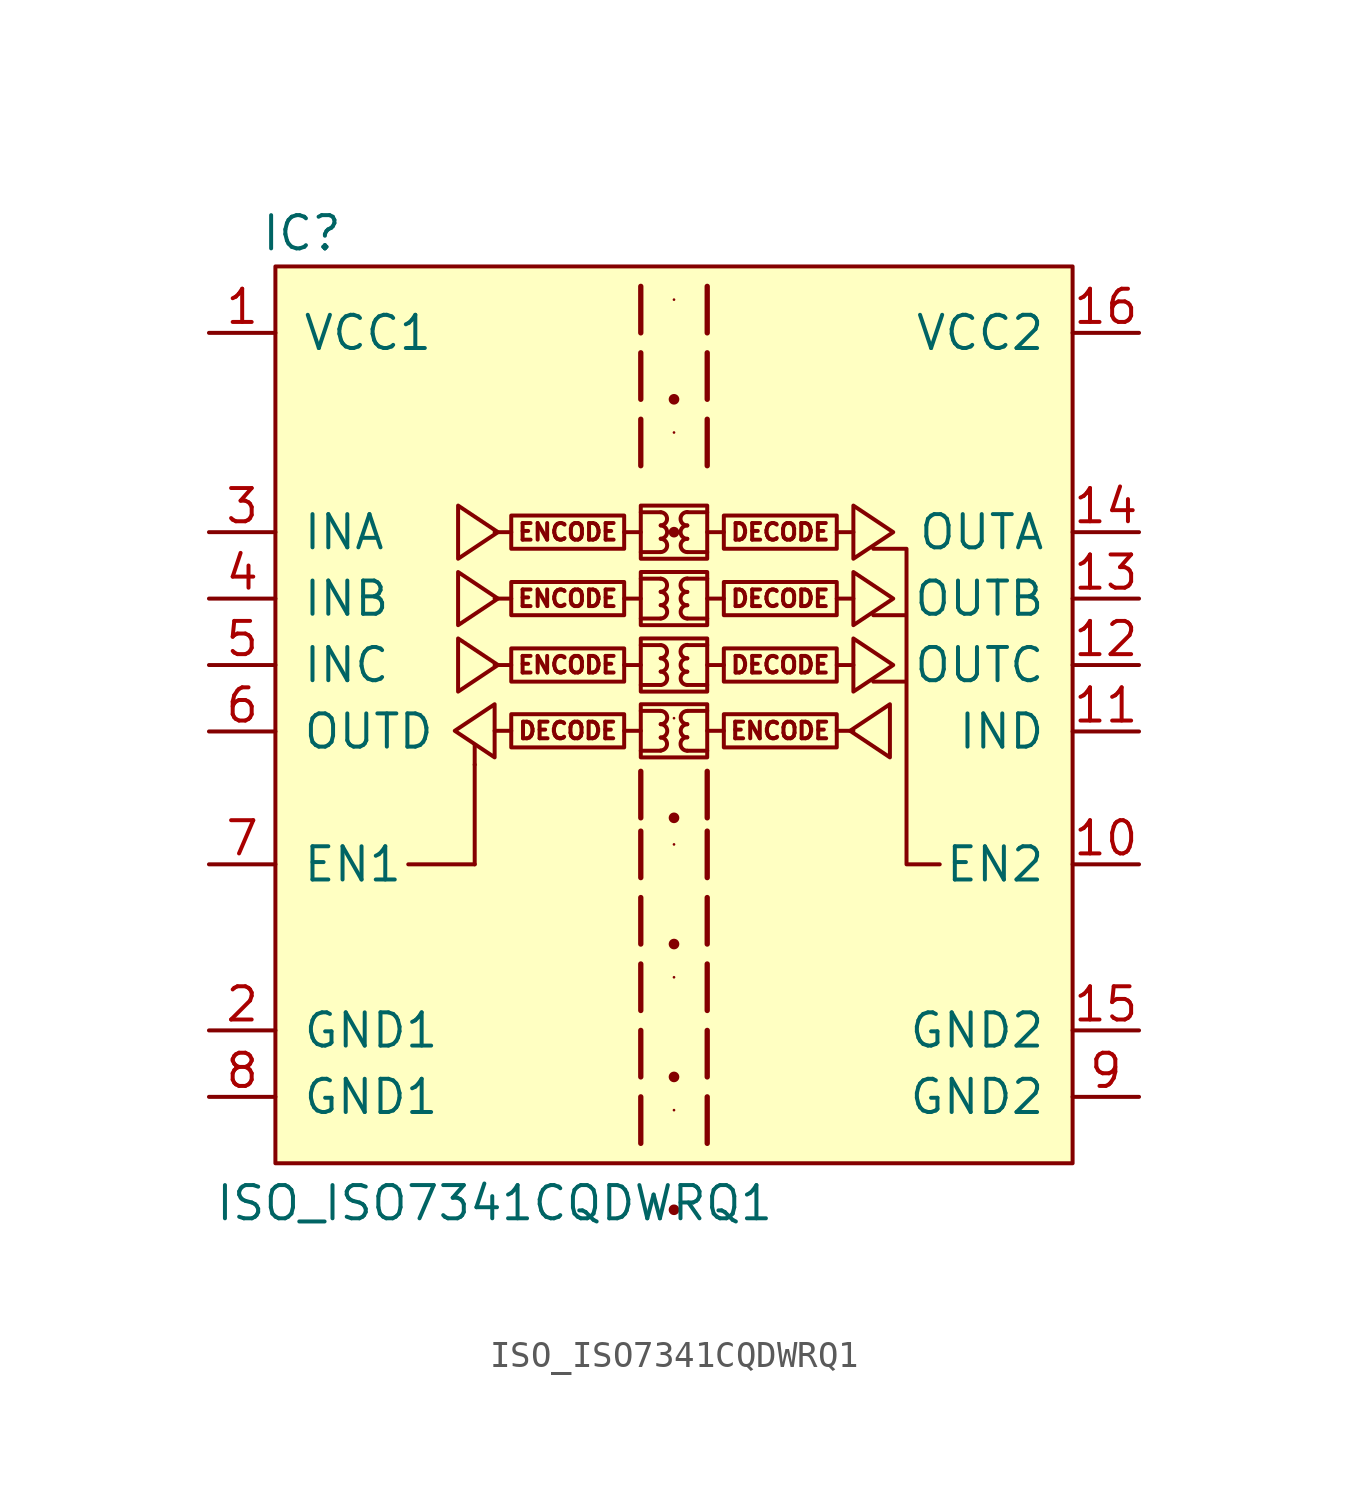
<source format=kicad_sym>
(kicad_symbol_lib
  (version 20211014)
  (generator kicad_symbol_editor)
  (symbol "ISO_ISO7341CQDWRQ1"
    (pin_names
      (offset 1.016))
    (property "Reference" "IC"
      (at -14.224 15.24 0)
      (effects (font (size 1.27 1.27))))
    (property "Value" "ISO_ISO7341CQDWRQ1"
      (at -6.858 -21.844 0)
      (effects (font (size 1.27 1.27))))
    (symbol "ISO_ISO7341CQDWRQ1_0_1"
      (rectangle (start -15.24 13.97) (end 15.24 -20.32) (stroke (width 0) (type default) (color 0 0 0 0)) (fill (type background)))
      (rectangle (start -10.16 -8.89) (end -7.62 -8.89) (stroke (width 0) (type default) (color 0 0 0 0)) (fill (type none)))
      (rectangle (start -7.62 -8.89) (end -7.62 -5.08) (stroke (width 0) (type default) (color 0 0 0 0)) (fill (type none)))
      (rectangle (start -7.62 -5.08) (end -7.62 -4.318) (stroke (width 0) (type default) (color 0 0 0 0)) (fill (type none)))
      (polyline (pts (xy 10.16 -8.89) (xy 8.89 -8.89) (xy 8.89 -1.905) (xy 7.62 -1.905) (xy 8.89 -1.905) (xy 8.89 0.635) (xy 7.62 0.635) (xy 8.89 0.635) (xy 8.89 3.175) (xy 7.62 3.175)) (stroke (width 0) (type default) (color 0 0 0 0)) (fill (type none))))
    (symbol "ISO_ISO7341CQDWRQ1_1_1"
      (rectangle (start -1.905 -3.15) (end -6.223 -4.42) (stroke (width 0) (type default) (color 0 0 0 0)) (fill (type none)))
      (rectangle (start -1.905 -0.635) (end -6.223 -1.905) (stroke (width 0) (type default) (color 0 0 0 0)) (fill (type none)))
      (rectangle (start -1.905 1.905) (end -6.223 0.635) (stroke (width 0) (type default) (color 0 0 0 0)) (fill (type none)))
      (rectangle (start -1.905 4.445) (end -6.223 3.175) (stroke (width 0) (type default) (color 0 0 0 0)) (fill (type none)))
      (rectangle (start -1.27 -0.254) (end 1.27 -2.286) (stroke (width 0) (type default) (color 0 0 0 0)) (fill (type none)))
      (rectangle (start -1.27 2.286) (end 1.27 0.254) (stroke (width 0) (type default) (color 0 0 0 0)) (fill (type none)))
      (rectangle (start -1.27 4.826) (end 1.27 2.794) (stroke (width 0) (type default) (color 0 0 0 0)) (fill (type none)))
      (arc (start -0.508 -4.5466) (mid -0.254 -4.2926) (end -0.508 -4.0386) (stroke (width 0) (type default) (color 0 0 0 0)) (fill (type none)))
      (arc (start -0.508 -4.0386) (mid -0.254 -3.7846) (end -0.508 -3.5306) (stroke (width 0) (type default) (color 0 0 0 0)) (fill (type none)))
      (arc (start -0.508 -3.5306) (mid -0.254 -3.2766) (end -0.508 -3.0226) (stroke (width 0) (type default) (color 0 0 0 0)) (fill (type none)))
      (arc (start -0.508 -2.032) (mid -0.254 -1.778) (end -0.508 -1.524) (stroke (width 0) (type default) (color 0 0 0 0)) (fill (type none)))
      (arc (start -0.508 -1.524) (mid -0.254 -1.27) (end -0.508 -1.016) (stroke (width 0) (type default) (color 0 0 0 0)) (fill (type none)))
      (arc (start -0.508 -1.016) (mid -0.254 -0.762) (end -0.508 -0.508) (stroke (width 0) (type default) (color 0 0 0 0)) (fill (type none)))
      (arc (start -0.508 0.508) (mid -0.254 0.762) (end -0.508 1.016) (stroke (width 0) (type default) (color 0 0 0 0)) (fill (type none)))
      (arc (start -0.508 1.016) (mid -0.254 1.27) (end -0.508 1.524) (stroke (width 0) (type default) (color 0 0 0 0)) (fill (type none)))
      (arc (start -0.508 1.524) (mid -0.254 1.778) (end -0.508 2.032) (stroke (width 0) (type default) (color 0 0 0 0)) (fill (type none)))
      (arc (start -0.508 3.048) (mid -0.254 3.302) (end -0.508 3.556) (stroke (width 0) (type default) (color 0 0 0 0)) (fill (type none)))
      (arc (start -0.508 3.556) (mid -0.254 3.81) (end -0.508 4.064) (stroke (width 0) (type default) (color 0 0 0 0)) (fill (type none)))
      (arc (start -0.508 4.064) (mid -0.254 4.318) (end -0.508 4.572) (stroke (width 0) (type default) (color 0 0 0 0)) (fill (type none)))
      (polyline (pts (xy -6.223 -3.785) (xy -6.858 -3.785)) (stroke (width 0) (type default) (color 0 0 0 0)) (fill (type none)))
      (polyline (pts (xy -6.223 -1.27) (xy -6.858 -1.27)) (stroke (width 0) (type default) (color 0 0 0 0)) (fill (type none)))
      (polyline (pts (xy -6.223 1.27) (xy -6.858 1.27)) (stroke (width 0) (type default) (color 0 0 0 0)) (fill (type none)))
      (polyline (pts (xy -6.223 3.81) (xy -6.858 3.81)) (stroke (width 0) (type default) (color 0 0 0 0)) (fill (type none)))
      (polyline (pts (xy -1.905 -3.785) (xy -1.27 -3.785)) (stroke (width 0) (type default) (color 0 0 0 0)) (fill (type none)))
      (polyline (pts (xy -1.905 -1.27) (xy -1.27 -1.27)) (stroke (width 0) (type default) (color 0 0 0 0)) (fill (type none)))
      (polyline (pts (xy -1.905 1.27) (xy -1.27 1.27)) (stroke (width 0) (type default) (color 0 0 0 0)) (fill (type none)))
      (polyline (pts (xy -1.905 3.81) (xy -1.27 3.81)) (stroke (width 0) (type default) (color 0 0 0 0)) (fill (type none)))
      (polyline (pts (xy -1.27 -4.547) (xy -0.508 -4.547)) (stroke (width 0) (type default) (color 0 0 0 0)) (fill (type none)))
      (polyline (pts (xy -1.27 -3.023) (xy -0.508 -3.023)) (stroke (width 0) (type default) (color 0 0 0 0)) (fill (type none)))
      (polyline (pts (xy -1.27 -2.032) (xy -0.508 -2.032)) (stroke (width 0) (type default) (color 0 0 0 0)) (fill (type none)))
      (polyline (pts (xy -1.27 -0.508) (xy -0.508 -0.508)) (stroke (width 0) (type default) (color 0 0 0 0)) (fill (type none)))
      (polyline (pts (xy -1.27 0.508) (xy -0.508 0.508)) (stroke (width 0) (type default) (color 0 0 0 0)) (fill (type none)))
      (polyline (pts (xy -1.27 2.032) (xy -0.508 2.032)) (stroke (width 0) (type default) (color 0 0 0 0)) (fill (type none)))
      (polyline (pts (xy -1.27 3.048) (xy -0.508 3.048)) (stroke (width 0) (type default) (color 0 0 0 0)) (fill (type none)))
      (polyline (pts (xy -1.27 4.572) (xy -0.508 4.572)) (stroke (width 0) (type default) (color 0 0 0 0)) (fill (type none)))
      (polyline (pts (xy 0 -22.098) (xy 0 -22.098)) (stroke (width 0.406) (type default) (color 0 0 0 0)) (fill (type none)))
      (polyline (pts (xy 0 -18.288) (xy 0 -18.288)) (stroke (width 0.102) (type default) (color 0 0 0 0)) (fill (type none)))
      (polyline (pts (xy 0 -17.018) (xy 0 -17.018)) (stroke (width 0.406) (type default) (color 0 0 0 0)) (fill (type none)))
      (polyline (pts (xy 0 -13.208) (xy 0 -13.208)) (stroke (width 0.102) (type default) (color 0 0 0 0)) (fill (type none)))
      (polyline (pts (xy 0 -11.938) (xy 0 -11.938)) (stroke (width 0.406) (type default) (color 0 0 0 0)) (fill (type none)))
      (polyline (pts (xy 0 -8.128) (xy 0 -8.128)) (stroke (width 0.102) (type default) (color 0 0 0 0)) (fill (type none)))
      (polyline (pts (xy 0 -7.112) (xy 0 -7.112)) (stroke (width 0.406) (type default) (color 0 0 0 0)) (fill (type none)))
      (polyline (pts (xy 0 -3.302) (xy 0 -3.302)) (stroke (width 0.102) (type default) (color 0 0 0 0)) (fill (type none)))
      (polyline (pts (xy 0 3.81) (xy 0 3.81)) (stroke (width 0.406) (type default) (color 0 0 0 0)) (fill (type none)))
      (polyline (pts (xy 0 7.62) (xy 0 7.62)) (stroke (width 0.102) (type default) (color 0 0 0 0)) (fill (type none)))
      (polyline (pts (xy 0 8.89) (xy 0 8.89)) (stroke (width 0.406) (type default) (color 0 0 0 0)) (fill (type none)))
      (polyline (pts (xy 0 12.7) (xy 0 12.7)) (stroke (width 0.102) (type default) (color 0 0 0 0)) (fill (type none)))
      (polyline (pts (xy 1.27 -4.547) (xy 0.508 -4.547)) (stroke (width 0) (type default) (color 0 0 0 0)) (fill (type none)))
      (polyline (pts (xy 1.27 -3.023) (xy 0.508 -3.023)) (stroke (width 0) (type default) (color 0 0 0 0)) (fill (type none)))
      (polyline (pts (xy 1.27 -2.032) (xy 0.508 -2.032)) (stroke (width 0) (type default) (color 0 0 0 0)) (fill (type none)))
      (polyline (pts (xy 1.27 -0.508) (xy 0.508 -0.508)) (stroke (width 0) (type default) (color 0 0 0 0)) (fill (type none)))
      (polyline (pts (xy 1.27 0.508) (xy 0.508 0.508)) (stroke (width 0) (type default) (color 0 0 0 0)) (fill (type none)))
      (polyline (pts (xy 1.27 2.032) (xy 0.508 2.032)) (stroke (width 0) (type default) (color 0 0 0 0)) (fill (type none)))
      (polyline (pts (xy 1.27 3.048) (xy 0.508 3.048)) (stroke (width 0) (type default) (color 0 0 0 0)) (fill (type none)))
      (polyline (pts (xy 1.27 4.572) (xy 0.508 4.572)) (stroke (width 0) (type default) (color 0 0 0 0)) (fill (type none)))
      (polyline (pts (xy 1.905 -3.785) (xy 1.27 -3.785)) (stroke (width 0) (type default) (color 0 0 0 0)) (fill (type none)))
      (polyline (pts (xy 1.905 -1.27) (xy 1.27 -1.27)) (stroke (width 0) (type default) (color 0 0 0 0)) (fill (type none)))
      (polyline (pts (xy 1.905 1.27) (xy 1.27 1.27)) (stroke (width 0) (type default) (color 0 0 0 0)) (fill (type none)))
      (polyline (pts (xy 1.905 3.81) (xy 1.27 3.81)) (stroke (width 0) (type default) (color 0 0 0 0)) (fill (type none)))
      (polyline (pts (xy 6.223 -3.785) (xy 6.858 -3.785)) (stroke (width 0) (type default) (color 0 0 0 0)) (fill (type none)))
      (polyline (pts (xy 6.223 -1.27) (xy 6.858 -1.27)) (stroke (width 0) (type default) (color 0 0 0 0)) (fill (type none)))
      (polyline (pts (xy 6.223 1.27) (xy 6.858 1.27)) (stroke (width 0) (type default) (color 0 0 0 0)) (fill (type none)))
      (polyline (pts (xy 6.223 3.81) (xy 6.858 3.81)) (stroke (width 0) (type default) (color 0 0 0 0)) (fill (type none)))
      (polyline (pts (xy -1.27 -17.78) (xy -1.27 -19.304) (xy -1.27 -19.558)) (stroke (width 0.203) (type default) (color 0 0 0 0)) (fill (type none)))
      (polyline (pts (xy -1.27 -15.24) (xy -1.27 -16.764) (xy -1.27 -17.018)) (stroke (width 0.203) (type default) (color 0 0 0 0)) (fill (type none)))
      (polyline (pts (xy -1.27 -12.7) (xy -1.27 -14.224) (xy -1.27 -14.478)) (stroke (width 0.203) (type default) (color 0 0 0 0)) (fill (type none)))
      (polyline (pts (xy -1.27 -10.16) (xy -1.27 -11.684) (xy -1.27 -11.938)) (stroke (width 0.203) (type default) (color 0 0 0 0)) (fill (type none)))
      (polyline (pts (xy -1.27 -7.62) (xy -1.27 -9.144) (xy -1.27 -9.398)) (stroke (width 0.203) (type default) (color 0 0 0 0)) (fill (type none)))
      (polyline (pts (xy -1.27 -5.334) (xy -1.27 -6.858) (xy -1.27 -7.112)) (stroke (width 0.203) (type default) (color 0 0 0 0)) (fill (type none)))
      (polyline (pts (xy -1.27 8.128) (xy -1.27 6.604) (xy -1.27 6.35)) (stroke (width 0.203) (type default) (color 0 0 0 0)) (fill (type none)))
      (polyline (pts (xy -1.27 10.668) (xy -1.27 9.144) (xy -1.27 8.89)) (stroke (width 0.203) (type default) (color 0 0 0 0)) (fill (type none)))
      (polyline (pts (xy -1.27 13.208) (xy -1.27 11.684) (xy -1.27 11.43)) (stroke (width 0.203) (type default) (color 0 0 0 0)) (fill (type none)))
      (polyline (pts (xy 1.27 -17.78) (xy 1.27 -19.304) (xy 1.27 -19.558)) (stroke (width 0.203) (type default) (color 0 0 0 0)) (fill (type none)))
      (polyline (pts (xy 1.27 -15.24) (xy 1.27 -16.764) (xy 1.27 -17.018)) (stroke (width 0.203) (type default) (color 0 0 0 0)) (fill (type none)))
      (polyline (pts (xy 1.27 -12.7) (xy 1.27 -14.224) (xy 1.27 -14.478)) (stroke (width 0.203) (type default) (color 0 0 0 0)) (fill (type none)))
      (polyline (pts (xy 1.27 -10.16) (xy 1.27 -11.684) (xy 1.27 -11.938)) (stroke (width 0.203) (type default) (color 0 0 0 0)) (fill (type none)))
      (polyline (pts (xy 1.27 -7.62) (xy 1.27 -9.144) (xy 1.27 -9.398)) (stroke (width 0.203) (type default) (color 0 0 0 0)) (fill (type none)))
      (polyline (pts (xy 1.27 -5.334) (xy 1.27 -6.858) (xy 1.27 -7.112)) (stroke (width 0.203) (type default) (color 0 0 0 0)) (fill (type none)))
      (polyline (pts (xy 1.27 8.128) (xy 1.27 6.604) (xy 1.27 6.35)) (stroke (width 0.203) (type default) (color 0 0 0 0)) (fill (type none)))
      (polyline (pts (xy 1.27 10.668) (xy 1.27 9.144) (xy 1.27 8.89)) (stroke (width 0.203) (type default) (color 0 0 0 0)) (fill (type none)))
      (polyline (pts (xy 1.27 13.208) (xy 1.27 11.684) (xy 1.27 11.43)) (stroke (width 0.203) (type default) (color 0 0 0 0)) (fill (type none)))
      (polyline (pts (xy -8.382 -3.785) (xy -6.858 -2.769) (xy -6.858 -4.801) (xy -8.382 -3.785)) (stroke (width 0) (type default) (color 0 0 0 0)) (fill (type none)))
      (polyline (pts (xy -6.731 -1.27) (xy -8.255 -0.254) (xy -8.255 -2.286) (xy -6.731 -1.27)) (stroke (width 0) (type default) (color 0 0 0 0)) (fill (type none)))
      (polyline (pts (xy -6.731 1.27) (xy -8.255 2.286) (xy -8.255 0.254) (xy -6.731 1.27)) (stroke (width 0) (type default) (color 0 0 0 0)) (fill (type none)))
      (polyline (pts (xy -6.731 3.81) (xy -8.255 4.826) (xy -8.255 2.794) (xy -6.731 3.81)) (stroke (width 0) (type default) (color 0 0 0 0)) (fill (type none)))
      (polyline (pts (xy 6.731 -3.785) (xy 8.255 -2.769) (xy 8.255 -4.801) (xy 6.731 -3.785)) (stroke (width 0) (type default) (color 0 0 0 0)) (fill (type none)))
      (polyline (pts (xy 8.382 -1.27) (xy 6.858 -0.254) (xy 6.858 -2.286) (xy 8.382 -1.27)) (stroke (width 0) (type default) (color 0 0 0 0)) (fill (type none)))
      (polyline (pts (xy 8.382 1.27) (xy 6.858 2.286) (xy 6.858 0.254) (xy 8.382 1.27)) (stroke (width 0) (type default) (color 0 0 0 0)) (fill (type none)))
      (polyline (pts (xy 8.382 3.81) (xy 6.858 4.826) (xy 6.858 2.794) (xy 8.382 3.81)) (stroke (width 0) (type default) (color 0 0 0 0)) (fill (type none)))
      (arc (start 0.508 -4.0386) (mid 0.254 -4.2926) (end 0.508 -4.5466) (stroke (width 0) (type default) (color 0 0 0 0)) (fill (type none)))
      (arc (start 0.508 -3.5306) (mid 0.254 -3.7846) (end 0.508 -4.0386) (stroke (width 0) (type default) (color 0 0 0 0)) (fill (type none)))
      (arc (start 0.508 -3.0226) (mid 0.254 -3.2766) (end 0.508 -3.5306) (stroke (width 0) (type default) (color 0 0 0 0)) (fill (type none)))
      (arc (start 0.508 -1.524) (mid 0.254 -1.778) (end 0.508 -2.032) (stroke (width 0) (type default) (color 0 0 0 0)) (fill (type none)))
      (arc (start 0.508 -1.016) (mid 0.254 -1.27) (end 0.508 -1.524) (stroke (width 0) (type default) (color 0 0 0 0)) (fill (type none)))
      (arc (start 0.508 -0.508) (mid 0.254 -0.762) (end 0.508 -1.016) (stroke (width 0) (type default) (color 0 0 0 0)) (fill (type none)))
      (arc (start 0.508 1.016) (mid 0.254 0.762) (end 0.508 0.508) (stroke (width 0) (type default) (color 0 0 0 0)) (fill (type none)))
      (arc (start 0.508 1.524) (mid 0.254 1.27) (end 0.508 1.016) (stroke (width 0) (type default) (color 0 0 0 0)) (fill (type none)))
      (arc (start 0.508 2.032) (mid 0.254 1.778) (end 0.508 1.524) (stroke (width 0) (type default) (color 0 0 0 0)) (fill (type none)))
      (arc (start 0.508 3.556) (mid 0.254 3.302) (end 0.508 3.048) (stroke (width 0) (type default) (color 0 0 0 0)) (fill (type none)))
      (arc (start 0.508 4.064) (mid 0.254 3.81) (end 0.508 3.556) (stroke (width 0) (type default) (color 0 0 0 0)) (fill (type none)))
      (arc (start 0.508 4.572) (mid 0.254 4.318) (end 0.508 4.064) (stroke (width 0) (type default) (color 0 0 0 0)) (fill (type none)))
      (rectangle (start 1.27 -2.769) (end -1.27 -4.801) (stroke (width 0) (type default) (color 0 0 0 0)) (fill (type none)))
      (rectangle (start 1.905 -3.15) (end 6.223 -4.42) (stroke (width 0) (type default) (color 0 0 0 0)) (fill (type none)))
      (rectangle (start 1.905 -0.635) (end 6.223 -1.905) (stroke (width 0) (type default) (color 0 0 0 0)) (fill (type none)))
      (rectangle (start 1.905 1.905) (end 6.223 0.635) (stroke (width 0) (type default) (color 0 0 0 0)) (fill (type none)))
      (rectangle (start 1.905 4.445) (end 6.223 3.175) (stroke (width 0) (type default) (color 0 0 0 0)) (fill (type none)))
      (text "DECODE" (at -4.064 -3.785 0) (effects (font (size 0.635 0.635))))
      (text "DECODE" (at 4.064 -1.27 0) (effects (font (size 0.635 0.635))))
      (text "DECODE" (at 4.064 1.27 0) (effects (font (size 0.635 0.635))))
      (text "DECODE" (at 4.064 3.81 0) (effects (font (size 0.635 0.635))))
      (text "ENCODE" (at -4.064 -1.27 0) (effects (font (size 0.635 0.635))))
      (text "ENCODE" (at -4.064 1.27 0) (effects (font (size 0.635 0.635))))
      (text "ENCODE" (at -4.064 3.81 0) (effects (font (size 0.635 0.635))))
      (text "ENCODE" (at 4.064 -3.785 0) (effects (font (size 0.635 0.635))))
      (pin power_in line (at -17.78 11.43 0) (length 2.54) (name "VCC1" (effects (font (size 1.27 1.27)))) (number "1" (effects (font (size 1.27 1.27)))))
      (pin passive line (at 17.78 -8.89 180) (length 2.54) (name "EN2" (effects (font (size 1.27 1.27)))) (number "10" (effects (font (size 1.27 1.27)))))
      (pin input line (at 17.78 -3.81 180) (length 2.54) (name "IND" (effects (font (size 1.27 1.27)))) (number "11" (effects (font (size 1.27 1.27)))))
      (pin output line (at 17.78 -1.27 180) (length 2.54) (name "OUTC" (effects (font (size 1.27 1.27)))) (number "12" (effects (font (size 1.27 1.27)))))
      (pin output line (at 17.78 1.27 180) (length 2.54) (name "OUTB" (effects (font (size 1.27 1.27)))) (number "13" (effects (font (size 1.27 1.27)))))
      (pin output line (at 17.78 3.81 180) (length 2.54) (name "OUTA" (effects (font (size 1.27 1.27)))) (number "14" (effects (font (size 1.27 1.27)))))
      (pin power_in line (at 17.78 -15.24 180) (length 2.54) (name "GND2" (effects (font (size 1.27 1.27)))) (number "15" (effects (font (size 1.27 1.27)))))
      (pin power_in line (at 17.78 11.43 180) (length 2.54) (name "VCC2" (effects (font (size 1.27 1.27)))) (number "16" (effects (font (size 1.27 1.27)))))
      (pin power_in line (at -17.78 -15.24 0) (length 2.54) (name "GND1" (effects (font (size 1.27 1.27)))) (number "2" (effects (font (size 1.27 1.27)))))
      (pin input line (at -17.78 3.81 0) (length 2.54) (name "INA" (effects (font (size 1.27 1.27)))) (number "3" (effects (font (size 1.27 1.27)))))
      (pin input line (at -17.78 1.27 0) (length 2.54) (name "INB" (effects (font (size 1.27 1.27)))) (number "4" (effects (font (size 1.27 1.27)))))
      (pin input line (at -17.78 -1.27 0) (length 2.54) (name "INC" (effects (font (size 1.27 1.27)))) (number "5" (effects (font (size 1.27 1.27)))))
      (pin output line (at -17.78 -3.81 0) (length 2.54) (name "OUTD" (effects (font (size 1.27 1.27)))) (number "6" (effects (font (size 1.27 1.27)))))
      (pin passive line (at -17.78 -8.89 0) (length 2.54) (name "EN1" (effects (font (size 1.27 1.27)))) (number "7" (effects (font (size 1.27 1.27)))))
      (pin power_in line (at -17.78 -17.78 0) (length 2.54) (name "GND1" (effects (font (size 1.27 1.27)))) (number "8" (effects (font (size 1.27 1.27)))))
      (pin power_in line (at 17.78 -17.78 180) (length 2.54) (name "GND2" (effects (font (size 1.27 1.27)))) (number "9" (effects (font (size 1.27 1.27))))))))
</source>
